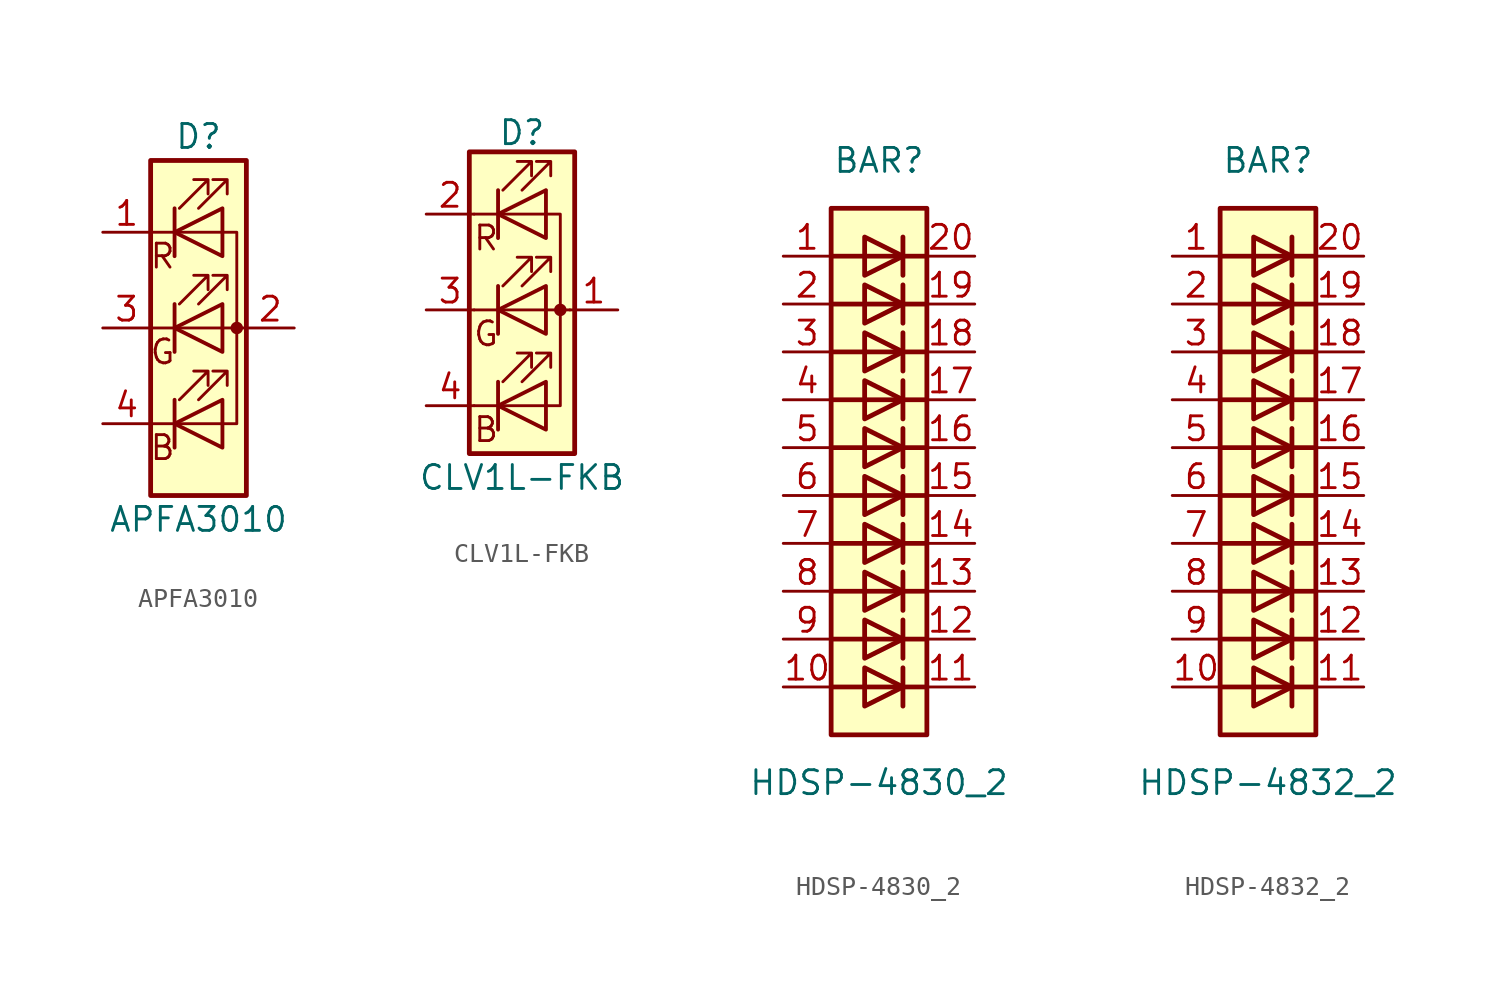
<source format=kicad_sym>
(kicad_symbol_lib
  (version 20211014)
  (generator kicad_symbol_editor)
  (symbol "APFA3010"
    (pin_names
      (offset 0) hide)
    (property "Reference" "D"
      (at 0 10.16 0)
      (effects (font (size 1.27 1.27))))
    (property "Value" "APFA3010"
      (at 0 -10.16 0)
      (effects (font (size 1.27 1.27))))
    (symbol "APFA3010_0_0"
      (text "B" (at -1.905 -6.35 0) (effects (font (size 1.27 1.27))))
      (text "G" (at -1.905 -1.27 0) (effects (font (size 1.27 1.27))))
      (text "R" (at -1.905 3.81 0) (effects (font (size 1.27 1.27)))))
    (symbol "APFA3010_0_1"
      (rectangle (start -2.54 -8.89) (end 2.54 8.89) (stroke (width 0.254) (type default) (color 0 0 0 0)) (fill (type background)))
      (polyline (pts (xy -2.54 -5.08) (xy 1.27 -5.08)) (stroke (width 0) (type default) (color 0 0 0 0)) (fill (type none)))
      (polyline (pts (xy -1.27 -3.81) (xy -1.27 -6.35)) (stroke (width 0.203) (type default) (color 0 0 0 0)) (fill (type none)))
      (polyline (pts (xy -1.27 1.27) (xy -1.27 -1.27)) (stroke (width 0.203) (type default) (color 0 0 0 0)) (fill (type none)))
      (polyline (pts (xy -1.27 6.35) (xy -1.27 3.81)) (stroke (width 0.203) (type default) (color 0 0 0 0)) (fill (type none)))
      (polyline (pts (xy 1.27 5.08) (xy -2.54 5.08)) (stroke (width 0) (type default) (color 0 0 0 0)) (fill (type none)))
      (polyline (pts (xy 2.54 0) (xy -2.54 0)) (stroke (width 0) (type default) (color 0 0 0 0)) (fill (type none)))
      (polyline (pts (xy 1.27 -5.08) (xy 2.032 -5.08) (xy 2.032 5.08) (xy 1.27 5.08)) (stroke (width 0) (type default) (color 0 0 0 0)) (fill (type none)))
      (polyline (pts (xy 1.27 -3.81) (xy 1.27 -6.35) (xy -1.27 -5.08) (xy 1.27 -3.81)) (stroke (width 0.203) (type default) (color 0 0 0 0)) (fill (type none)))
      (polyline (pts (xy 1.27 1.27) (xy 1.27 -1.27) (xy -1.27 0) (xy 1.27 1.27)) (stroke (width 0.203) (type default) (color 0 0 0 0)) (fill (type none)))
      (polyline (pts (xy 1.27 6.35) (xy 1.27 3.81) (xy -1.27 5.08) (xy 1.27 6.35)) (stroke (width 0.203) (type default) (color 0 0 0 0)) (fill (type none)))
      (polyline (pts (xy -1.016 -3.81) (xy 0.508 -2.286) (xy -0.254 -2.286) (xy 0.508 -2.286) (xy 0.508 -3.048)) (stroke (width 0) (type default) (color 0 0 0 0)) (fill (type none)))
      (polyline (pts (xy -1.016 1.27) (xy 0.508 2.794) (xy -0.254 2.794) (xy 0.508 2.794) (xy 0.508 2.032)) (stroke (width 0) (type default) (color 0 0 0 0)) (fill (type none)))
      (polyline (pts (xy -1.016 6.35) (xy 0.508 7.874) (xy -0.254 7.874) (xy 0.508 7.874) (xy 0.508 7.112)) (stroke (width 0) (type default) (color 0 0 0 0)) (fill (type none)))
      (polyline (pts (xy 0 -3.81) (xy 1.524 -2.286) (xy 0.762 -2.286) (xy 1.524 -2.286) (xy 1.524 -3.048)) (stroke (width 0) (type default) (color 0 0 0 0)) (fill (type none)))
      (polyline (pts (xy 0 1.27) (xy 1.524 2.794) (xy 0.762 2.794) (xy 1.524 2.794) (xy 1.524 2.032)) (stroke (width 0) (type default) (color 0 0 0 0)) (fill (type none)))
      (polyline (pts (xy 0 6.35) (xy 1.524 7.874) (xy 0.762 7.874) (xy 1.524 7.874) (xy 1.524 7.112)) (stroke (width 0) (type default) (color 0 0 0 0)) (fill (type none)))
      (rectangle (start 1.27 6.35) (end 1.27 6.35) (stroke (width 0) (type default) (color 0 0 0 0)) (fill (type none)))
      (circle (center 2.032 0) (radius 0.254) (stroke (width 0) (type default) (color 0 0 0 0)) (fill (type outline))))
    (symbol "APFA3010_1_1"
      (pin input line (at -5.08 5.08 0) (length 2.54) (name "R" (effects (font (size 1.27 1.27)))) (number "1" (effects (font (size 1.27 1.27)))))
      (pin power_in line (at 5.08 0 180) (length 2.54) (name "A" (effects (font (size 1.27 1.27)))) (number "2" (effects (font (size 1.27 1.27)))))
      (pin input line (at -5.08 0 0) (length 2.54) (name "G" (effects (font (size 1.27 1.27)))) (number "3" (effects (font (size 1.27 1.27)))))
      (pin input line (at -5.08 -5.08 0) (length 2.54) (name "B" (effects (font (size 1.27 1.27)))) (number "4" (effects (font (size 1.27 1.27)))))))
  (symbol "CLV1L-FKB"
    (pin_names
      (offset 0) hide)
    (property "Reference" "D"
      (at 0 9.398 0)
      (effects (font (size 1.27 1.27))))
    (property "Value" "CLV1L-FKB"
      (at 0 -8.89 0)
      (effects (font (size 1.27 1.27))))
    (symbol "CLV1L-FKB_0_0"
      (text "B" (at -1.905 -6.35 0) (effects (font (size 1.27 1.27))))
      (text "G" (at -1.905 -1.27 0) (effects (font (size 1.27 1.27))))
      (text "R" (at -1.905 3.81 0) (effects (font (size 1.27 1.27)))))
    (symbol "CLV1L-FKB_0_1"
      (polyline (pts (xy -2.54 -5.08) (xy 1.27 -5.08)) (stroke (width 0) (type default) (color 0 0 0 0)) (fill (type none)))
      (polyline (pts (xy -1.27 -3.81) (xy -1.27 -6.35)) (stroke (width 0.203) (type default) (color 0 0 0 0)) (fill (type none)))
      (polyline (pts (xy -1.27 1.27) (xy -1.27 -1.27)) (stroke (width 0.203) (type default) (color 0 0 0 0)) (fill (type none)))
      (polyline (pts (xy -1.27 6.35) (xy -1.27 3.81)) (stroke (width 0.203) (type default) (color 0 0 0 0)) (fill (type none)))
      (polyline (pts (xy 1.27 5.08) (xy -2.54 5.08)) (stroke (width 0) (type default) (color 0 0 0 0)) (fill (type none)))
      (polyline (pts (xy 2.54 0) (xy -2.54 0)) (stroke (width 0) (type default) (color 0 0 0 0)) (fill (type none)))
      (polyline (pts (xy 1.27 -5.08) (xy 2.032 -5.08) (xy 2.032 5.08) (xy 1.27 5.08)) (stroke (width 0) (type default) (color 0 0 0 0)) (fill (type none)))
      (polyline (pts (xy 1.27 -3.81) (xy 1.27 -6.35) (xy -1.27 -5.08) (xy 1.27 -3.81)) (stroke (width 0.203) (type default) (color 0 0 0 0)) (fill (type none)))
      (polyline (pts (xy 1.27 1.27) (xy 1.27 -1.27) (xy -1.27 0) (xy 1.27 1.27)) (stroke (width 0.203) (type default) (color 0 0 0 0)) (fill (type none)))
      (polyline (pts (xy 1.27 6.35) (xy 1.27 3.81) (xy -1.27 5.08) (xy 1.27 6.35)) (stroke (width 0.203) (type default) (color 0 0 0 0)) (fill (type none)))
      (polyline (pts (xy -1.016 -3.81) (xy 0.508 -2.286) (xy -0.254 -2.286) (xy 0.508 -2.286) (xy 0.508 -3.048)) (stroke (width 0) (type default) (color 0 0 0 0)) (fill (type none)))
      (polyline (pts (xy -1.016 1.27) (xy 0.508 2.794) (xy -0.254 2.794) (xy 0.508 2.794) (xy 0.508 2.032)) (stroke (width 0) (type default) (color 0 0 0 0)) (fill (type none)))
      (polyline (pts (xy -1.016 6.35) (xy 0.508 7.874) (xy -0.254 7.874) (xy 0.508 7.874) (xy 0.508 7.112)) (stroke (width 0) (type default) (color 0 0 0 0)) (fill (type none)))
      (polyline (pts (xy 0 -3.81) (xy 1.524 -2.286) (xy 0.762 -2.286) (xy 1.524 -2.286) (xy 1.524 -3.048)) (stroke (width 0) (type default) (color 0 0 0 0)) (fill (type none)))
      (polyline (pts (xy 0 1.27) (xy 1.524 2.794) (xy 0.762 2.794) (xy 1.524 2.794) (xy 1.524 2.032)) (stroke (width 0) (type default) (color 0 0 0 0)) (fill (type none)))
      (polyline (pts (xy 0 6.35) (xy 1.524 7.874) (xy 0.762 7.874) (xy 1.524 7.874) (xy 1.524 7.112)) (stroke (width 0) (type default) (color 0 0 0 0)) (fill (type none)))
      (rectangle (start 1.27 6.35) (end 1.27 6.35) (stroke (width 0) (type default) (color 0 0 0 0)) (fill (type none)))
      (circle (center 2.032 0) (radius 0.254) (stroke (width 0) (type default) (color 0 0 0 0)) (fill (type outline)))
      (rectangle (start 2.794 8.382) (end -2.794 -7.62) (stroke (width 0.254) (type default) (color 0 0 0 0)) (fill (type background))))
    (symbol "CLV1L-FKB_1_1"
      (pin passive line (at 5.08 0 180) (length 2.54) (name "A" (effects (font (size 1.27 1.27)))) (number "1" (effects (font (size 1.27 1.27)))))
      (pin passive line (at -5.08 5.08 0) (length 2.54) (name "RK" (effects (font (size 1.27 1.27)))) (number "2" (effects (font (size 1.27 1.27)))))
      (pin passive line (at -5.08 0 0) (length 2.54) (name "GK" (effects (font (size 1.27 1.27)))) (number "3" (effects (font (size 1.27 1.27)))))
      (pin passive line (at -5.08 -5.08 0) (length 2.54) (name "BK" (effects (font (size 1.27 1.27)))) (number "4" (effects (font (size 1.27 1.27)))))))
  (symbol "HDSP-4830_2"
    (pin_names
      (offset 1.016) hide)
    (property "Reference" "BAR"
      (at 0 15.24 0)
      (effects (font (size 1.27 1.27))))
    (property "Value" "HDSP-4830_2"
      (at 0 -17.78 0)
      (effects (font (size 1.27 1.27))))
    (symbol "HDSP-4830_2_0_1"
      (rectangle (start -2.54 12.7) (end 2.54 -15.24) (stroke (width 0.254) (type default) (color 0 0 0 0)) (fill (type background)))
      (polyline (pts (xy -2.54 -12.7) (xy 2.54 -12.7)) (stroke (width 0.254) (type default) (color 0 0 0 0)) (fill (type none)))
      (polyline (pts (xy -2.54 -10.16) (xy 2.54 -10.16)) (stroke (width 0.254) (type default) (color 0 0 0 0)) (fill (type none)))
      (polyline (pts (xy -2.54 -7.62) (xy 2.54 -7.62)) (stroke (width 0.254) (type default) (color 0 0 0 0)) (fill (type none)))
      (polyline (pts (xy -2.54 -5.08) (xy 2.54 -5.08)) (stroke (width 0.254) (type default) (color 0 0 0 0)) (fill (type none)))
      (polyline (pts (xy -2.54 0) (xy 2.54 0)) (stroke (width 0.254) (type default) (color 0 0 0 0)) (fill (type none)))
      (polyline (pts (xy -2.54 5.08) (xy 2.54 5.08)) (stroke (width 0.254) (type default) (color 0 0 0 0)) (fill (type none)))
      (polyline (pts (xy -2.54 7.62) (xy 2.54 7.62)) (stroke (width 0.254) (type default) (color 0 0 0 0)) (fill (type none)))
      (polyline (pts (xy -2.54 10.16) (xy 2.54 10.16)) (stroke (width 0.254) (type default) (color 0 0 0 0)) (fill (type none)))
      (polyline (pts (xy 1.27 -11.684) (xy 1.27 -13.716)) (stroke (width 0.254) (type default) (color 0 0 0 0)) (fill (type none)))
      (polyline (pts (xy 1.27 -9.144) (xy 1.27 -11.176)) (stroke (width 0.254) (type default) (color 0 0 0 0)) (fill (type none)))
      (polyline (pts (xy 1.27 -6.604) (xy 1.27 -8.636)) (stroke (width 0.254) (type default) (color 0 0 0 0)) (fill (type none)))
      (polyline (pts (xy 1.27 -4.064) (xy 1.27 -6.096)) (stroke (width 0.254) (type default) (color 0 0 0 0)) (fill (type none)))
      (polyline (pts (xy 1.27 -1.524) (xy 1.27 -3.556)) (stroke (width 0.254) (type default) (color 0 0 0 0)) (fill (type none)))
      (polyline (pts (xy 1.27 1.016) (xy 1.27 -1.016)) (stroke (width 0.254) (type default) (color 0 0 0 0)) (fill (type none)))
      (polyline (pts (xy 1.27 3.556) (xy 1.27 1.524)) (stroke (width 0.254) (type default) (color 0 0 0 0)) (fill (type none)))
      (polyline (pts (xy 1.27 6.096) (xy 1.27 4.064)) (stroke (width 0.254) (type default) (color 0 0 0 0)) (fill (type none)))
      (polyline (pts (xy 1.27 8.636) (xy 1.27 6.604)) (stroke (width 0.254) (type default) (color 0 0 0 0)) (fill (type none)))
      (polyline (pts (xy 1.27 11.176) (xy 1.27 9.144)) (stroke (width 0.254) (type default) (color 0 0 0 0)) (fill (type none)))
      (polyline (pts (xy 2.54 -2.54) (xy -2.54 -2.54)) (stroke (width 0.254) (type default) (color 0 0 0 0)) (fill (type none)))
      (polyline (pts (xy 2.54 2.54) (xy -2.54 2.54)) (stroke (width 0.254) (type default) (color 0 0 0 0)) (fill (type none)))
      (polyline (pts (xy -0.762 -11.684) (xy -0.762 -13.716) (xy 1.27 -12.7) (xy -0.762 -11.684)) (stroke (width 0.254) (type default) (color 0 0 0 0)) (fill (type none)))
      (polyline (pts (xy -0.762 -9.144) (xy -0.762 -11.176) (xy 1.27 -10.16) (xy -0.762 -9.144)) (stroke (width 0.254) (type default) (color 0 0 0 0)) (fill (type none)))
      (polyline (pts (xy -0.762 -6.604) (xy -0.762 -8.636) (xy 1.27 -7.62) (xy -0.762 -6.604)) (stroke (width 0.254) (type default) (color 0 0 0 0)) (fill (type none)))
      (polyline (pts (xy -0.762 -4.064) (xy -0.762 -6.096) (xy 1.27 -5.08) (xy -0.762 -4.064)) (stroke (width 0.254) (type default) (color 0 0 0 0)) (fill (type none)))
      (polyline (pts (xy -0.762 -1.524) (xy -0.762 -3.556) (xy 1.27 -2.54) (xy -0.762 -1.524)) (stroke (width 0.254) (type default) (color 0 0 0 0)) (fill (type none)))
      (polyline (pts (xy -0.762 1.016) (xy -0.762 -1.016) (xy 1.27 0) (xy -0.762 1.016)) (stroke (width 0.254) (type default) (color 0 0 0 0)) (fill (type none)))
      (polyline (pts (xy -0.762 3.556) (xy -0.762 1.524) (xy 1.27 2.54) (xy -0.762 3.556)) (stroke (width 0.254) (type default) (color 0 0 0 0)) (fill (type none)))
      (polyline (pts (xy -0.762 6.096) (xy -0.762 4.064) (xy 1.27 5.08) (xy -0.762 6.096)) (stroke (width 0.254) (type default) (color 0 0 0 0)) (fill (type none)))
      (polyline (pts (xy -0.762 8.636) (xy -0.762 6.604) (xy 1.27 7.62) (xy -0.762 8.636)) (stroke (width 0.254) (type default) (color 0 0 0 0)) (fill (type none)))
      (polyline (pts (xy -0.762 11.176) (xy -0.762 9.144) (xy 1.27 10.16) (xy -0.762 11.176)) (stroke (width 0.254) (type default) (color 0 0 0 0)) (fill (type none))))
    (symbol "HDSP-4830_2_1_1"
      (pin passive line (at -5.08 10.16 0) (length 2.54) (name "A" (effects (font (size 1.27 1.27)))) (number "1" (effects (font (size 1.27 1.27)))))
      (pin passive line (at -5.08 -12.7 0) (length 2.54) (name "A" (effects (font (size 1.27 1.27)))) (number "10" (effects (font (size 1.27 1.27)))))
      (pin passive line (at 5.08 -12.7 180) (length 2.54) (name "K" (effects (font (size 1.27 1.27)))) (number "11" (effects (font (size 1.27 1.27)))))
      (pin passive line (at 5.08 -10.16 180) (length 2.54) (name "K" (effects (font (size 1.27 1.27)))) (number "12" (effects (font (size 1.27 1.27)))))
      (pin passive line (at 5.08 -7.62 180) (length 2.54) (name "K" (effects (font (size 1.27 1.27)))) (number "13" (effects (font (size 1.27 1.27)))))
      (pin passive line (at 5.08 -5.08 180) (length 2.54) (name "K" (effects (font (size 1.27 1.27)))) (number "14" (effects (font (size 1.27 1.27)))))
      (pin passive line (at 5.08 -2.54 180) (length 2.54) (name "K" (effects (font (size 1.27 1.27)))) (number "15" (effects (font (size 1.27 1.27)))))
      (pin passive line (at 5.08 0 180) (length 2.54) (name "K" (effects (font (size 1.27 1.27)))) (number "16" (effects (font (size 1.27 1.27)))))
      (pin passive line (at 5.08 2.54 180) (length 2.54) (name "K" (effects (font (size 1.27 1.27)))) (number "17" (effects (font (size 1.27 1.27)))))
      (pin passive line (at 5.08 5.08 180) (length 2.54) (name "K" (effects (font (size 1.27 1.27)))) (number "18" (effects (font (size 1.27 1.27)))))
      (pin passive line (at 5.08 7.62 180) (length 2.54) (name "K" (effects (font (size 1.27 1.27)))) (number "19" (effects (font (size 1.27 1.27)))))
      (pin passive line (at -5.08 7.62 0) (length 2.54) (name "A" (effects (font (size 1.27 1.27)))) (number "2" (effects (font (size 1.27 1.27)))))
      (pin passive line (at 5.08 10.16 180) (length 2.54) (name "K" (effects (font (size 1.27 1.27)))) (number "20" (effects (font (size 1.27 1.27)))))
      (pin passive line (at -5.08 5.08 0) (length 2.54) (name "A" (effects (font (size 1.27 1.27)))) (number "3" (effects (font (size 1.27 1.27)))))
      (pin passive line (at -5.08 2.54 0) (length 2.54) (name "A" (effects (font (size 1.27 1.27)))) (number "4" (effects (font (size 1.27 1.27)))))
      (pin passive line (at -5.08 0 0) (length 2.54) (name "A" (effects (font (size 1.27 1.27)))) (number "5" (effects (font (size 1.27 1.27)))))
      (pin passive line (at -5.08 -2.54 0) (length 2.54) (name "A" (effects (font (size 1.27 1.27)))) (number "6" (effects (font (size 1.27 1.27)))))
      (pin passive line (at -5.08 -5.08 0) (length 2.54) (name "A" (effects (font (size 1.27 1.27)))) (number "7" (effects (font (size 1.27 1.27)))))
      (pin passive line (at -5.08 -7.62 0) (length 2.54) (name "A" (effects (font (size 1.27 1.27)))) (number "8" (effects (font (size 1.27 1.27)))))
      (pin passive line (at -5.08 -10.16 0) (length 2.54) (name "A" (effects (font (size 1.27 1.27)))) (number "9" (effects (font (size 1.27 1.27)))))))
  (symbol "HDSP-4832_2"
    (pin_names
      (offset 1.016) hide)
    (property "Reference" "BAR"
      (at 0 15.24 0)
      (effects (font (size 1.27 1.27))))
    (property "Value" "HDSP-4832_2"
      (at 0 -17.78 0)
      (effects (font (size 1.27 1.27))))
    (symbol "HDSP-4832_2_0_1"
      (rectangle (start -2.54 12.7) (end 2.54 -15.24) (stroke (width 0.254) (type default) (color 0 0 0 0)) (fill (type background)))
      (polyline (pts (xy -2.54 -12.7) (xy 2.54 -12.7)) (stroke (width 0.254) (type default) (color 0 0 0 0)) (fill (type none)))
      (polyline (pts (xy -2.54 -10.16) (xy 2.54 -10.16)) (stroke (width 0.254) (type default) (color 0 0 0 0)) (fill (type none)))
      (polyline (pts (xy -2.54 -7.62) (xy 2.54 -7.62)) (stroke (width 0.254) (type default) (color 0 0 0 0)) (fill (type none)))
      (polyline (pts (xy -2.54 -5.08) (xy 2.54 -5.08)) (stroke (width 0.254) (type default) (color 0 0 0 0)) (fill (type none)))
      (polyline (pts (xy -2.54 0) (xy 2.54 0)) (stroke (width 0.254) (type default) (color 0 0 0 0)) (fill (type none)))
      (polyline (pts (xy -2.54 5.08) (xy 2.54 5.08)) (stroke (width 0.254) (type default) (color 0 0 0 0)) (fill (type none)))
      (polyline (pts (xy -2.54 7.62) (xy 2.54 7.62)) (stroke (width 0.254) (type default) (color 0 0 0 0)) (fill (type none)))
      (polyline (pts (xy -2.54 10.16) (xy 2.54 10.16)) (stroke (width 0.254) (type default) (color 0 0 0 0)) (fill (type none)))
      (polyline (pts (xy 1.27 -11.684) (xy 1.27 -13.716)) (stroke (width 0.254) (type default) (color 0 0 0 0)) (fill (type none)))
      (polyline (pts (xy 1.27 -9.144) (xy 1.27 -11.176)) (stroke (width 0.254) (type default) (color 0 0 0 0)) (fill (type none)))
      (polyline (pts (xy 1.27 -6.604) (xy 1.27 -8.636)) (stroke (width 0.254) (type default) (color 0 0 0 0)) (fill (type none)))
      (polyline (pts (xy 1.27 -4.064) (xy 1.27 -6.096)) (stroke (width 0.254) (type default) (color 0 0 0 0)) (fill (type none)))
      (polyline (pts (xy 1.27 -1.524) (xy 1.27 -3.556)) (stroke (width 0.254) (type default) (color 0 0 0 0)) (fill (type none)))
      (polyline (pts (xy 1.27 1.016) (xy 1.27 -1.016)) (stroke (width 0.254) (type default) (color 0 0 0 0)) (fill (type none)))
      (polyline (pts (xy 1.27 3.556) (xy 1.27 1.524)) (stroke (width 0.254) (type default) (color 0 0 0 0)) (fill (type none)))
      (polyline (pts (xy 1.27 6.096) (xy 1.27 4.064)) (stroke (width 0.254) (type default) (color 0 0 0 0)) (fill (type none)))
      (polyline (pts (xy 1.27 8.636) (xy 1.27 6.604)) (stroke (width 0.254) (type default) (color 0 0 0 0)) (fill (type none)))
      (polyline (pts (xy 1.27 11.176) (xy 1.27 9.144)) (stroke (width 0.254) (type default) (color 0 0 0 0)) (fill (type none)))
      (polyline (pts (xy 2.54 -2.54) (xy -2.54 -2.54)) (stroke (width 0.254) (type default) (color 0 0 0 0)) (fill (type none)))
      (polyline (pts (xy 2.54 2.54) (xy -2.54 2.54)) (stroke (width 0.254) (type default) (color 0 0 0 0)) (fill (type none)))
      (polyline (pts (xy -0.762 -11.684) (xy -0.762 -13.716) (xy 1.27 -12.7) (xy -0.762 -11.684)) (stroke (width 0.254) (type default) (color 0 0 0 0)) (fill (type none)))
      (polyline (pts (xy -0.762 -9.144) (xy -0.762 -11.176) (xy 1.27 -10.16) (xy -0.762 -9.144)) (stroke (width 0.254) (type default) (color 0 0 0 0)) (fill (type none)))
      (polyline (pts (xy -0.762 -6.604) (xy -0.762 -8.636) (xy 1.27 -7.62) (xy -0.762 -6.604)) (stroke (width 0.254) (type default) (color 0 0 0 0)) (fill (type none)))
      (polyline (pts (xy -0.762 -4.064) (xy -0.762 -6.096) (xy 1.27 -5.08) (xy -0.762 -4.064)) (stroke (width 0.254) (type default) (color 0 0 0 0)) (fill (type none)))
      (polyline (pts (xy -0.762 -1.524) (xy -0.762 -3.556) (xy 1.27 -2.54) (xy -0.762 -1.524)) (stroke (width 0.254) (type default) (color 0 0 0 0)) (fill (type none)))
      (polyline (pts (xy -0.762 1.016) (xy -0.762 -1.016) (xy 1.27 0) (xy -0.762 1.016)) (stroke (width 0.254) (type default) (color 0 0 0 0)) (fill (type none)))
      (polyline (pts (xy -0.762 3.556) (xy -0.762 1.524) (xy 1.27 2.54) (xy -0.762 3.556)) (stroke (width 0.254) (type default) (color 0 0 0 0)) (fill (type none)))
      (polyline (pts (xy -0.762 6.096) (xy -0.762 4.064) (xy 1.27 5.08) (xy -0.762 6.096)) (stroke (width 0.254) (type default) (color 0 0 0 0)) (fill (type none)))
      (polyline (pts (xy -0.762 8.636) (xy -0.762 6.604) (xy 1.27 7.62) (xy -0.762 8.636)) (stroke (width 0.254) (type default) (color 0 0 0 0)) (fill (type none)))
      (polyline (pts (xy -0.762 11.176) (xy -0.762 9.144) (xy 1.27 10.16) (xy -0.762 11.176)) (stroke (width 0.254) (type default) (color 0 0 0 0)) (fill (type none))))
    (symbol "HDSP-4832_2_1_1"
      (pin passive line (at -5.08 10.16 0) (length 2.54) (name "A" (effects (font (size 1.27 1.27)))) (number "1" (effects (font (size 1.27 1.27)))))
      (pin passive line (at -5.08 -12.7 0) (length 2.54) (name "A" (effects (font (size 1.27 1.27)))) (number "10" (effects (font (size 1.27 1.27)))))
      (pin passive line (at 5.08 -12.7 180) (length 2.54) (name "K" (effects (font (size 1.27 1.27)))) (number "11" (effects (font (size 1.27 1.27)))))
      (pin passive line (at 5.08 -10.16 180) (length 2.54) (name "K" (effects (font (size 1.27 1.27)))) (number "12" (effects (font (size 1.27 1.27)))))
      (pin passive line (at 5.08 -7.62 180) (length 2.54) (name "K" (effects (font (size 1.27 1.27)))) (number "13" (effects (font (size 1.27 1.27)))))
      (pin passive line (at 5.08 -5.08 180) (length 2.54) (name "K" (effects (font (size 1.27 1.27)))) (number "14" (effects (font (size 1.27 1.27)))))
      (pin passive line (at 5.08 -2.54 180) (length 2.54) (name "K" (effects (font (size 1.27 1.27)))) (number "15" (effects (font (size 1.27 1.27)))))
      (pin passive line (at 5.08 0 180) (length 2.54) (name "K" (effects (font (size 1.27 1.27)))) (number "16" (effects (font (size 1.27 1.27)))))
      (pin passive line (at 5.08 2.54 180) (length 2.54) (name "K" (effects (font (size 1.27 1.27)))) (number "17" (effects (font (size 1.27 1.27)))))
      (pin passive line (at 5.08 5.08 180) (length 2.54) (name "K" (effects (font (size 1.27 1.27)))) (number "18" (effects (font (size 1.27 1.27)))))
      (pin passive line (at 5.08 7.62 180) (length 2.54) (name "K" (effects (font (size 1.27 1.27)))) (number "19" (effects (font (size 1.27 1.27)))))
      (pin passive line (at -5.08 7.62 0) (length 2.54) (name "A" (effects (font (size 1.27 1.27)))) (number "2" (effects (font (size 1.27 1.27)))))
      (pin passive line (at 5.08 10.16 180) (length 2.54) (name "K" (effects (font (size 1.27 1.27)))) (number "20" (effects (font (size 1.27 1.27)))))
      (pin passive line (at -5.08 5.08 0) (length 2.54) (name "A" (effects (font (size 1.27 1.27)))) (number "3" (effects (font (size 1.27 1.27)))))
      (pin passive line (at -5.08 2.54 0) (length 2.54) (name "A" (effects (font (size 1.27 1.27)))) (number "4" (effects (font (size 1.27 1.27)))))
      (pin passive line (at -5.08 0 0) (length 2.54) (name "A" (effects (font (size 1.27 1.27)))) (number "5" (effects (font (size 1.27 1.27)))))
      (pin passive line (at -5.08 -2.54 0) (length 2.54) (name "A" (effects (font (size 1.27 1.27)))) (number "6" (effects (font (size 1.27 1.27)))))
      (pin passive line (at -5.08 -5.08 0) (length 2.54) (name "A" (effects (font (size 1.27 1.27)))) (number "7" (effects (font (size 1.27 1.27)))))
      (pin passive line (at -5.08 -7.62 0) (length 2.54) (name "A" (effects (font (size 1.27 1.27)))) (number "8" (effects (font (size 1.27 1.27)))))
      (pin passive line (at -5.08 -10.16 0) (length 2.54) (name "A" (effects (font (size 1.27 1.27)))) (number "9" (effects (font (size 1.27 1.27))))))))
</source>
